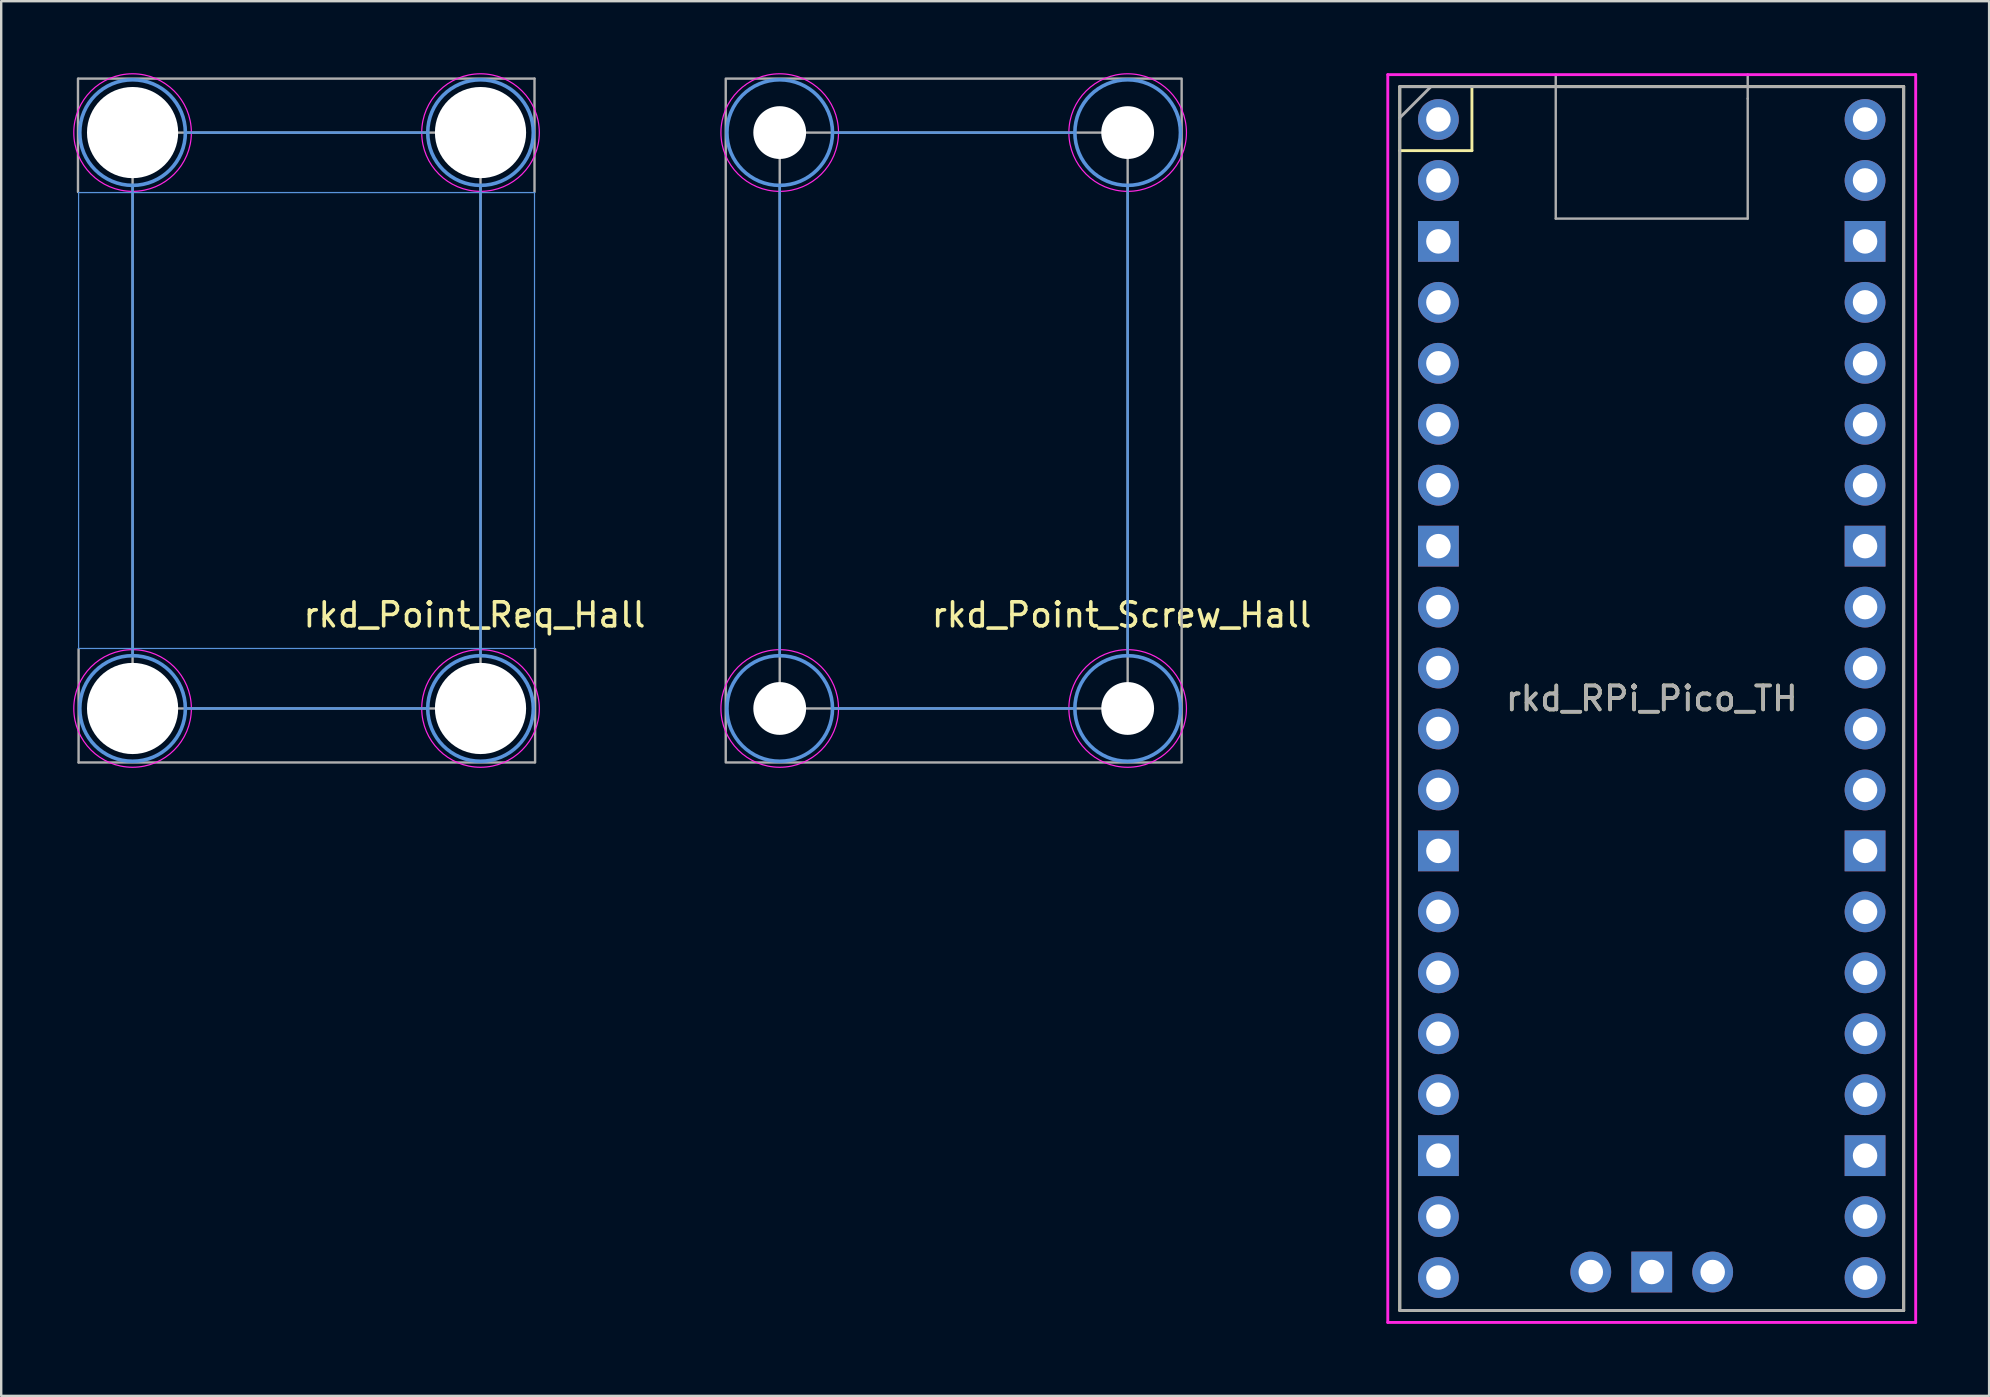
<source format=kicad_pcb>
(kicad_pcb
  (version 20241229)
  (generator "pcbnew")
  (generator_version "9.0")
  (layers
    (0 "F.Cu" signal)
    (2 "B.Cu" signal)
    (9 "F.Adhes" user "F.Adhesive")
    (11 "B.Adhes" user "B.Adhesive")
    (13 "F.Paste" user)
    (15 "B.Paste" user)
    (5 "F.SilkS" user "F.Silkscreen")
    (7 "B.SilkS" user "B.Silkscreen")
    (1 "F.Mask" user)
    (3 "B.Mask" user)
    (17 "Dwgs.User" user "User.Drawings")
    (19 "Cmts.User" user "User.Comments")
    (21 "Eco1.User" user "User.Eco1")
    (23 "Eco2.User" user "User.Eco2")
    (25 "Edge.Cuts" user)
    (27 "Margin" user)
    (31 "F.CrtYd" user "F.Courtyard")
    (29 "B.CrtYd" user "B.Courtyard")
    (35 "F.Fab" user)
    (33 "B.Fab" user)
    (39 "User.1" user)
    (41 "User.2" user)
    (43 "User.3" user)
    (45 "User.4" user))
  (footprint "rkd_Point_Screw_Hall"
    (layer "F.Cu")
    (at 36.694 14.475)
    (property "Reference" "rkd_Point_Screw_Hall" (at 7 8.1 0) (layer "F.SilkS") (effects (font (size 1 1) (thickness 0.15))))
    (attr through_hole board_only exclude_from_pos_files exclude_from_bom)
    (fp_line (start -7.25 -9.8) (end -7.25 9.8) (stroke (width 0.1) (type default)) (layer "Cmts.User"))
    (fp_line (start -5.05 -12) (end 5.05 -12) (stroke (width 0.1) (type default)) (layer "Cmts.User"))
    (fp_line (start -5.05 12) (end 5.05 12) (stroke (width 0.1) (type default)) (layer "Cmts.User"))
    (fp_line (start 7.25 -9.8) (end 7.25 9.8) (stroke (width 0.1) (type default)) (layer "Cmts.User"))
    (fp_circle (center -7.25 -12) (end -5.05 -12) (stroke (width 0.15) (type solid)) (fill no) (layer "Cmts.User"))
    (fp_circle (center -7.25 12) (end -5.05 12) (stroke (width 0.15) (type solid)) (fill no) (layer "Cmts.User"))
    (fp_circle (center 7.25 -12) (end 9.45 -12) (stroke (width 0.15) (type solid)) (fill no) (layer "Cmts.User"))
    (fp_circle (center 7.25 12) (end 9.45 12) (stroke (width 0.15) (type solid)) (fill no) (layer "Cmts.User"))
    (fp_circle (center -7.25 -12) (end -4.8 -12) (stroke (width 0.05) (type solid)) (fill no) (layer "F.CrtYd"))
    (fp_circle (center -7.25 12) (end -4.8 12) (stroke (width 0.05) (type solid)) (fill no) (layer "F.CrtYd"))
    (fp_circle (center 7.25 -12) (end 9.7 -12) (stroke (width 0.05) (type solid)) (fill no) (layer "F.CrtYd"))
    (fp_circle (center 7.25 12) (end 9.7 12) (stroke (width 0.05) (type solid)) (fill no) (layer "F.CrtYd"))
    (fp_rect (start -9.5 -14.25) (end 9.5 14.25) (stroke (width 0.1) (type default)) (fill no) (layer "F.Fab"))
    (fp_rect (start -7.25 -12) (end 7.25 12) (stroke (width 0.1) (type default)) (fill no) (layer "F.Fab"))
    (pad "" np_thru_hole circle (at -7.25 -12) (size 2.2 2.2) (drill 2.2) (layers "*.Cu" "*.Mask"))
    (pad "" np_thru_hole circle (at -7.25 12) (size 2.2 2.2) (drill 2.2) (layers "*.Cu" "*.Mask"))
    (pad "" np_thru_hole circle (at 7.25 -12) (size 2.2 2.2) (drill 2.2) (layers "*.Cu" "*.Mask"))
    (pad "" np_thru_hole circle (at 7.25 12) (size 2.2 2.2) (drill 2.2) (layers "*.Cu" "*.Mask")))
  (footprint "rkd_RPi_Pico_TH"
    (layer "F.Cu")
    (at 65.784 26.06)
    (property "Reference" "rkd_RPi_Pico_TH" (at 0 0 0) (layer "F.SilkS") (effects (font (size 1 1) (thickness 0.15))))
    (attr through_hole)
    (fp_line (start -10.5 -25.5) (end -10.5 25.5) (stroke (width 0.12) (type solid)) (layer "F.SilkS"))
    (fp_line (start -10.5 -25.5) (end 10.5 -25.5) (stroke (width 0.12) (type solid)) (layer "F.SilkS"))
    (fp_line (start -10.5 -22.833) (end -7.493 -22.833) (stroke (width 0.12) (type solid)) (layer "F.SilkS"))
    (fp_line (start -7.493 -22.833) (end -7.493 -25.5) (stroke (width 0.12) (type solid)) (layer "F.SilkS"))
    (fp_line (start 10.5 -25.5) (end 10.5 25.5) (stroke (width 0.12) (type solid)) (layer "F.SilkS"))
    (fp_line (start 10.5 25.5) (end -10.5 25.5) (stroke (width 0.12) (type solid)) (layer "F.SilkS"))
    (fp_line (start -11 -26) (end 11 -26) (stroke (width 0.12) (type solid)) (layer "F.CrtYd"))
    (fp_line (start -11 26) (end -11 -26) (stroke (width 0.12) (type solid)) (layer "F.CrtYd"))
    (fp_line (start 11 -26) (end 11 26) (stroke (width 0.12) (type solid)) (layer "F.CrtYd"))
    (fp_line (start 11 26) (end -11 26) (stroke (width 0.12) (type solid)) (layer "F.CrtYd"))
    (fp_line (start -10.5 -25.5) (end 10.5 -25.5) (stroke (width 0.12) (type solid)) (layer "F.Fab"))
    (fp_line (start -10.5 -24.2) (end -9.2 -25.5) (stroke (width 0.12) (type solid)) (layer "F.Fab"))
    (fp_line (start -10.5 25.5) (end -10.5 -25.5) (stroke (width 0.12) (type solid)) (layer "F.Fab"))
    (fp_line (start -4 -26) (end -4 -20) (stroke (width 0.1) (type default)) (layer "F.Fab"))
    (fp_line (start -4 -20) (end 4 -20) (stroke (width 0.1) (type default)) (layer "F.Fab"))
    (fp_line (start 4 -25) (end 4 -26) (stroke (width 0.1) (type default)) (layer "F.Fab"))
    (fp_line (start 4 -20) (end 4 -25) (stroke (width 0.1) (type default)) (layer "F.Fab"))
    (fp_line (start 10.5 -25.5) (end 10.5 25.5) (stroke (width 0.12) (type solid)) (layer "F.Fab"))
    (fp_line (start 10.5 25.5) (end -10.5 25.5) (stroke (width 0.12) (type solid)) (layer "F.Fab"))
    (fp_text user "${REFERENCE}" (at 0 0 180) (layer "F.Fab") (effects (font (size 1 1) (thickness 0.15))))
    (pad "1" thru_hole oval (at -8.89 -24.13) (size 1.7 1.7) (drill 1.02) (layers "*.Cu" "*.Mask"))
    (pad "2" thru_hole oval (at -8.89 -21.59) (size 1.7 1.7) (drill 1.02) (layers "*.Cu" "*.Mask"))
    (pad "3" thru_hole rect (at -8.89 -19.05) (size 1.7 1.7) (drill 1.02) (layers "*.Cu" "*.Mask"))
    (pad "4" thru_hole oval (at -8.89 -16.51) (size 1.7 1.7) (drill 1.02) (layers "*.Cu" "*.Mask"))
    (pad "5" thru_hole oval (at -8.89 -13.97) (size 1.7 1.7) (drill 1.02) (layers "*.Cu" "*.Mask"))
    (pad "6" thru_hole oval (at -8.89 -11.43) (size 1.7 1.7) (drill 1.02) (layers "*.Cu" "*.Mask"))
    (pad "7" thru_hole oval (at -8.89 -8.89) (size 1.7 1.7) (drill 1.02) (layers "*.Cu" "*.Mask"))
    (pad "8" thru_hole rect (at -8.89 -6.35) (size 1.7 1.7) (drill 1.02) (layers "*.Cu" "*.Mask"))
    (pad "9" thru_hole oval (at -8.89 -3.81) (size 1.7 1.7) (drill 1.02) (layers "*.Cu" "*.Mask"))
    (pad "10" thru_hole oval (at -8.89 -1.27) (size 1.7 1.7) (drill 1.02) (layers "*.Cu" "*.Mask"))
    (pad "11" thru_hole oval (at -8.89 1.27) (size 1.7 1.7) (drill 1.02) (layers "*.Cu" "*.Mask"))
    (pad "12" thru_hole oval (at -8.89 3.81) (size 1.7 1.7) (drill 1.02) (layers "*.Cu" "*.Mask"))
    (pad "13" thru_hole rect (at -8.89 6.35) (size 1.7 1.7) (drill 1.02) (layers "*.Cu" "*.Mask"))
    (pad "14" thru_hole oval (at -8.89 8.89) (size 1.7 1.7) (drill 1.02) (layers "*.Cu" "*.Mask"))
    (pad "15" thru_hole oval (at -8.89 11.43) (size 1.7 1.7) (drill 1.02) (layers "*.Cu" "*.Mask"))
    (pad "16" thru_hole oval (at -8.89 13.97) (size 1.7 1.7) (drill 1.02) (layers "*.Cu" "*.Mask"))
    (pad "17" thru_hole oval (at -8.89 16.51) (size 1.7 1.7) (drill 1.02) (layers "*.Cu" "*.Mask"))
    (pad "18" thru_hole rect (at -8.89 19.05) (size 1.7 1.7) (drill 1.02) (layers "*.Cu" "*.Mask"))
    (pad "19" thru_hole oval (at -8.89 21.59) (size 1.7 1.7) (drill 1.02) (layers "*.Cu" "*.Mask"))
    (pad "20" thru_hole oval (at -8.89 24.13) (size 1.7 1.7) (drill 1.02) (layers "*.Cu" "*.Mask"))
    (pad "21" thru_hole oval (at 8.89 24.13) (size 1.7 1.7) (drill 1.02) (layers "*.Cu" "*.Mask"))
    (pad "22" thru_hole oval (at 8.89 21.59) (size 1.7 1.7) (drill 1.02) (layers "*.Cu" "*.Mask"))
    (pad "23" thru_hole rect (at 8.89 19.05) (size 1.7 1.7) (drill 1.02) (layers "*.Cu" "*.Mask"))
    (pad "24" thru_hole oval (at 8.89 16.51) (size 1.7 1.7) (drill 1.02) (layers "*.Cu" "*.Mask"))
    (pad "25" thru_hole oval (at 8.89 13.97) (size 1.7 1.7) (drill 1.02) (layers "*.Cu" "*.Mask"))
    (pad "26" thru_hole oval (at 8.89 11.43) (size 1.7 1.7) (drill 1.02) (layers "*.Cu" "*.Mask"))
    (pad "27" thru_hole oval (at 8.89 8.89) (size 1.7 1.7) (drill 1.02) (layers "*.Cu" "*.Mask"))
    (pad "28" thru_hole rect (at 8.89 6.35) (size 1.7 1.7) (drill 1.02) (layers "*.Cu" "*.Mask"))
    (pad "29" thru_hole oval (at 8.89 3.81) (size 1.7 1.7) (drill 1.02) (layers "*.Cu" "*.Mask"))
    (pad "30" thru_hole oval (at 8.89 1.27) (size 1.7 1.7) (drill 1.02) (layers "*.Cu" "*.Mask"))
    (pad "31" thru_hole oval (at 8.89 -1.27) (size 1.7 1.7) (drill 1.02) (layers "*.Cu" "*.Mask"))
    (pad "32" thru_hole oval (at 8.89 -3.81) (size 1.7 1.7) (drill 1.02) (layers "*.Cu" "*.Mask"))
    (pad "33" thru_hole rect (at 8.89 -6.35) (size 1.7 1.7) (drill 1.02) (layers "*.Cu" "*.Mask"))
    (pad "34" thru_hole oval (at 8.89 -8.89) (size 1.7 1.7) (drill 1.02) (layers "*.Cu" "*.Mask"))
    (pad "35" thru_hole oval (at 8.89 -11.43) (size 1.7 1.7) (drill 1.02) (layers "*.Cu" "*.Mask"))
    (pad "36" thru_hole oval (at 8.89 -13.97) (size 1.7 1.7) (drill 1.02) (layers "*.Cu" "*.Mask"))
    (pad "37" thru_hole oval (at 8.89 -16.51) (size 1.7 1.7) (drill 1.02) (layers "*.Cu" "*.Mask"))
    (pad "38" thru_hole rect (at 8.89 -19.05) (size 1.7 1.7) (drill 1.02) (layers "*.Cu" "*.Mask"))
    (pad "39" thru_hole oval (at 8.89 -21.59) (size 1.7 1.7) (drill 1.02) (layers "*.Cu" "*.Mask"))
    (pad "40" thru_hole oval (at 8.89 -24.13) (size 1.7 1.7) (drill 1.02) (layers "*.Cu" "*.Mask"))
    (pad "41" thru_hole oval (at -2.54 23.9) (size 1.7 1.7) (drill 1.02) (layers "*.Cu" "*.Mask"))
    (pad "42" thru_hole rect (at 0 23.9) (size 1.7 1.7) (drill 1.02) (layers "*.Cu" "*.Mask"))
    (pad "43" thru_hole oval (at 2.54 23.9) (size 1.7 1.7) (drill 1.02) (layers "*.Cu" "*.Mask")))
  (footprint "rkd_Point_Req_Hall"
    (layer "F.Cu")
    (at 9.725 14.475)
    (property "Reference" "rkd_Point_Req_Hall" (at 7 8.1 0) (layer "F.SilkS") (effects (font (size 1 1) (thickness 0.15))))
    (attr through_hole)
    (fp_line (start -9.5 -9.5) (end 9.5 -9.5) (stroke (width 0.05) (type default)) (layer "Cmts.User"))
    (fp_line (start -9.5 9.5) (end -9.5 -9.5) (stroke (width 0.05) (type default)) (layer "Cmts.User"))
    (fp_line (start -7.25 -9.8) (end -7.25 9.8) (stroke (width 0.1) (type default)) (layer "Cmts.User"))
    (fp_line (start -5.05 -12) (end 5.05 -12) (stroke (width 0.1) (type default)) (layer "Cmts.User"))
    (fp_line (start -5.05 12) (end 5.05 12) (stroke (width 0.1) (type default)) (layer "Cmts.User"))
    (fp_line (start 7.25 -9.8) (end 7.25 9.8) (stroke (width 0.1) (type default)) (layer "Cmts.User"))
    (fp_line (start 9.5 -9.5) (end 9.5 9.5) (stroke (width 0.05) (type default)) (layer "Cmts.User"))
    (fp_line (start 9.5 9.5) (end -9.5 9.5) (stroke (width 0.05) (type default)) (layer "Cmts.User"))
    (fp_circle (center -7.25 -12) (end -5.05 -12) (stroke (width 0.15) (type solid)) (fill no) (layer "Cmts.User"))
    (fp_circle (center -7.25 12) (end -5.05 12) (stroke (width 0.15) (type solid)) (fill no) (layer "Cmts.User"))
    (fp_circle (center 7.25 -12) (end 9.45 -12) (stroke (width 0.15) (type solid)) (fill no) (layer "Cmts.User"))
    (fp_circle (center 7.25 12) (end 9.45 12) (stroke (width 0.15) (type solid)) (fill no) (layer "Cmts.User"))
    (fp_circle (center -7.25 -12) (end -4.8 -12) (stroke (width 0.05) (type solid)) (fill no) (layer "F.CrtYd"))
    (fp_circle (center -7.25 12) (end -4.8 12) (stroke (width 0.05) (type solid)) (fill no) (layer "F.CrtYd"))
    (fp_circle (center 7.25 -12) (end 9.7 -12) (stroke (width 0.05) (type solid)) (fill no) (layer "F.CrtYd"))
    (fp_circle (center 7.25 12) (end 9.7 12) (stroke (width 0.05) (type solid)) (fill no) (layer "F.CrtYd"))
    (fp_line (start -9.525 -9.525) (end -9.525 -14.25) (stroke (width 0.1) (type default)) (layer "F.Fab"))
    (fp_line (start -9.5 14.25) (end -9.5 9.525) (stroke (width 0.1) (type default)) (layer "F.Fab"))
    (fp_line (start 9.5 -14.25) (end -9.5 -14.25) (stroke (width 0.1) (type default)) (layer "F.Fab"))
    (fp_line (start 9.5 -14.25) (end 9.5 -9.525) (stroke (width 0.1) (type default)) (layer "F.Fab"))
    (fp_line (start 9.5 14.25) (end -9.5 14.25) (stroke (width 0.1) (type default)) (layer "F.Fab"))
    (fp_line (start 9.525 9.525) (end 9.525 14.25) (stroke (width 0.1) (type default)) (layer "F.Fab"))
    (fp_rect (start -7.25 -12) (end 7.25 12) (stroke (width 0.1) (type default)) (fill no) (layer "F.Fab"))
    (pad "" np_thru_hole circle (at -7.25 -12) (size 3.8 3.8) (drill 3.8) (layers "*.Cu" "*.Mask"))
    (pad "" np_thru_hole circle (at -7.25 12) (size 3.8 3.8) (drill 3.8) (layers "*.Cu" "*.Mask"))
    (pad "" np_thru_hole circle (at 7.25 -12) (size 3.8 3.8) (drill 3.8) (layers "*.Cu" "*.Mask"))
    (pad "" np_thru_hole circle (at 7.25 12) (size 3.8 3.8) (drill 3.8) (layers "*.Cu" "*.Mask")))
  (gr_rect
    (start -3 -3)
    (end 79.844 55.12)
    (stroke (width 0.1) (type default))
    (fill no)
    (layer "Edge.Cuts")))
</source>
